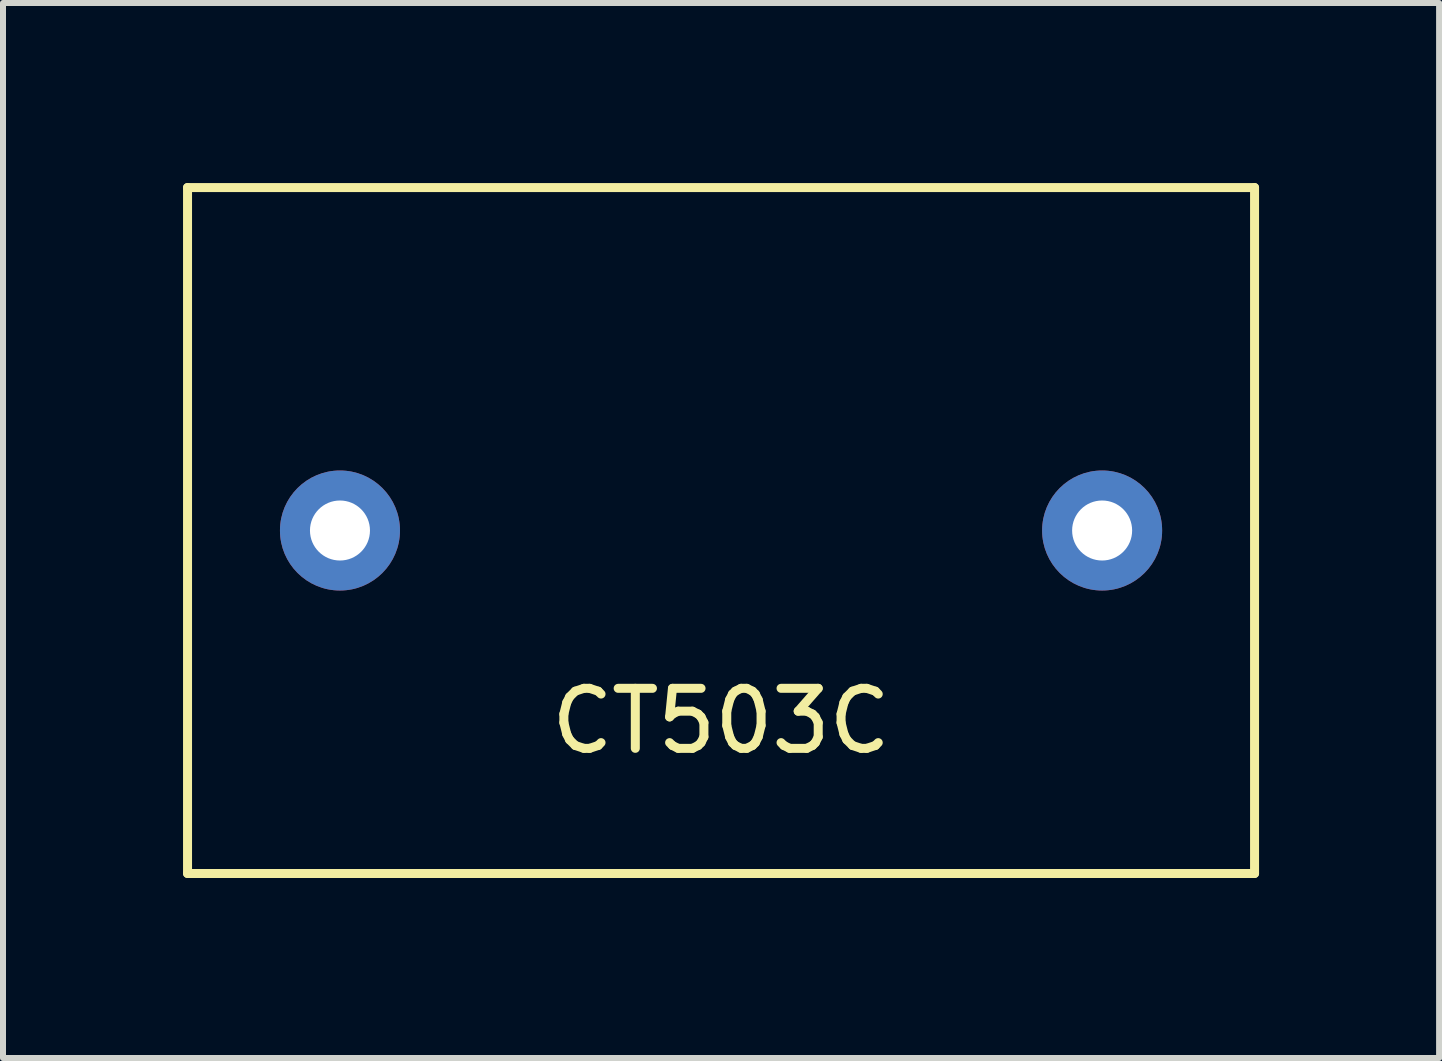
<source format=kicad_pcb>
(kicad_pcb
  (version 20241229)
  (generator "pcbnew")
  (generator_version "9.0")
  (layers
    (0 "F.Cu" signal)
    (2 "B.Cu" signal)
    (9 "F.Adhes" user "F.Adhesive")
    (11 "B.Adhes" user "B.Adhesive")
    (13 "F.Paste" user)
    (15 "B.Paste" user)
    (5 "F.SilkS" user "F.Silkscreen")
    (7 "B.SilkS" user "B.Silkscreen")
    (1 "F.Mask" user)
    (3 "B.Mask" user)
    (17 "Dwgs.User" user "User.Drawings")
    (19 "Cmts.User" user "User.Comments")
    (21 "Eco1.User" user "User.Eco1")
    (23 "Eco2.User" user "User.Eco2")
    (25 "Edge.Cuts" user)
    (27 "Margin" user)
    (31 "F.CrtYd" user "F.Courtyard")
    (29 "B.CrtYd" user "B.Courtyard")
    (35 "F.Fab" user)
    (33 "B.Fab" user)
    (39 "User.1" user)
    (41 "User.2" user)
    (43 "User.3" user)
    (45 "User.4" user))
  (footprint "CT503C"
    (layer "F.Cu")
    (at 2.615 5.79)
    (property "Reference" "CT503C" (at 6.35 3.175 0) (layer "F.SilkS") (effects (font (size 1 1) (thickness 0.15))))
    (attr through_hole)
    (fp_line (start -2.54 -5.715) (end -2.54 5.715) (stroke (width 0.15) (type solid)) (layer "F.SilkS"))
    (fp_line (start -2.54 5.715) (end 15.24 5.715) (stroke (width 0.15) (type solid)) (layer "F.SilkS"))
    (fp_line (start 15.24 -5.715) (end -2.54 -5.715) (stroke (width 0.15) (type solid)) (layer "F.SilkS"))
    (fp_line (start 15.24 5.715) (end 15.24 -5.715) (stroke (width 0.15) (type solid)) (layer "F.SilkS"))
    (pad "1" thru_hole circle (at 0 0) (size 2 2) (drill 1) (layers "*.Cu" "*.Mask"))
    (pad "2" thru_hole circle (at 12.7 0) (size 2 2) (drill 1) (layers "*.Cu" "*.Mask")))
  (gr_rect
    (start -3 -3)
    (end 20.93 14.58)
    (stroke (width 0.1) (type default))
    (fill no)
    (layer "Edge.Cuts")))
</source>
